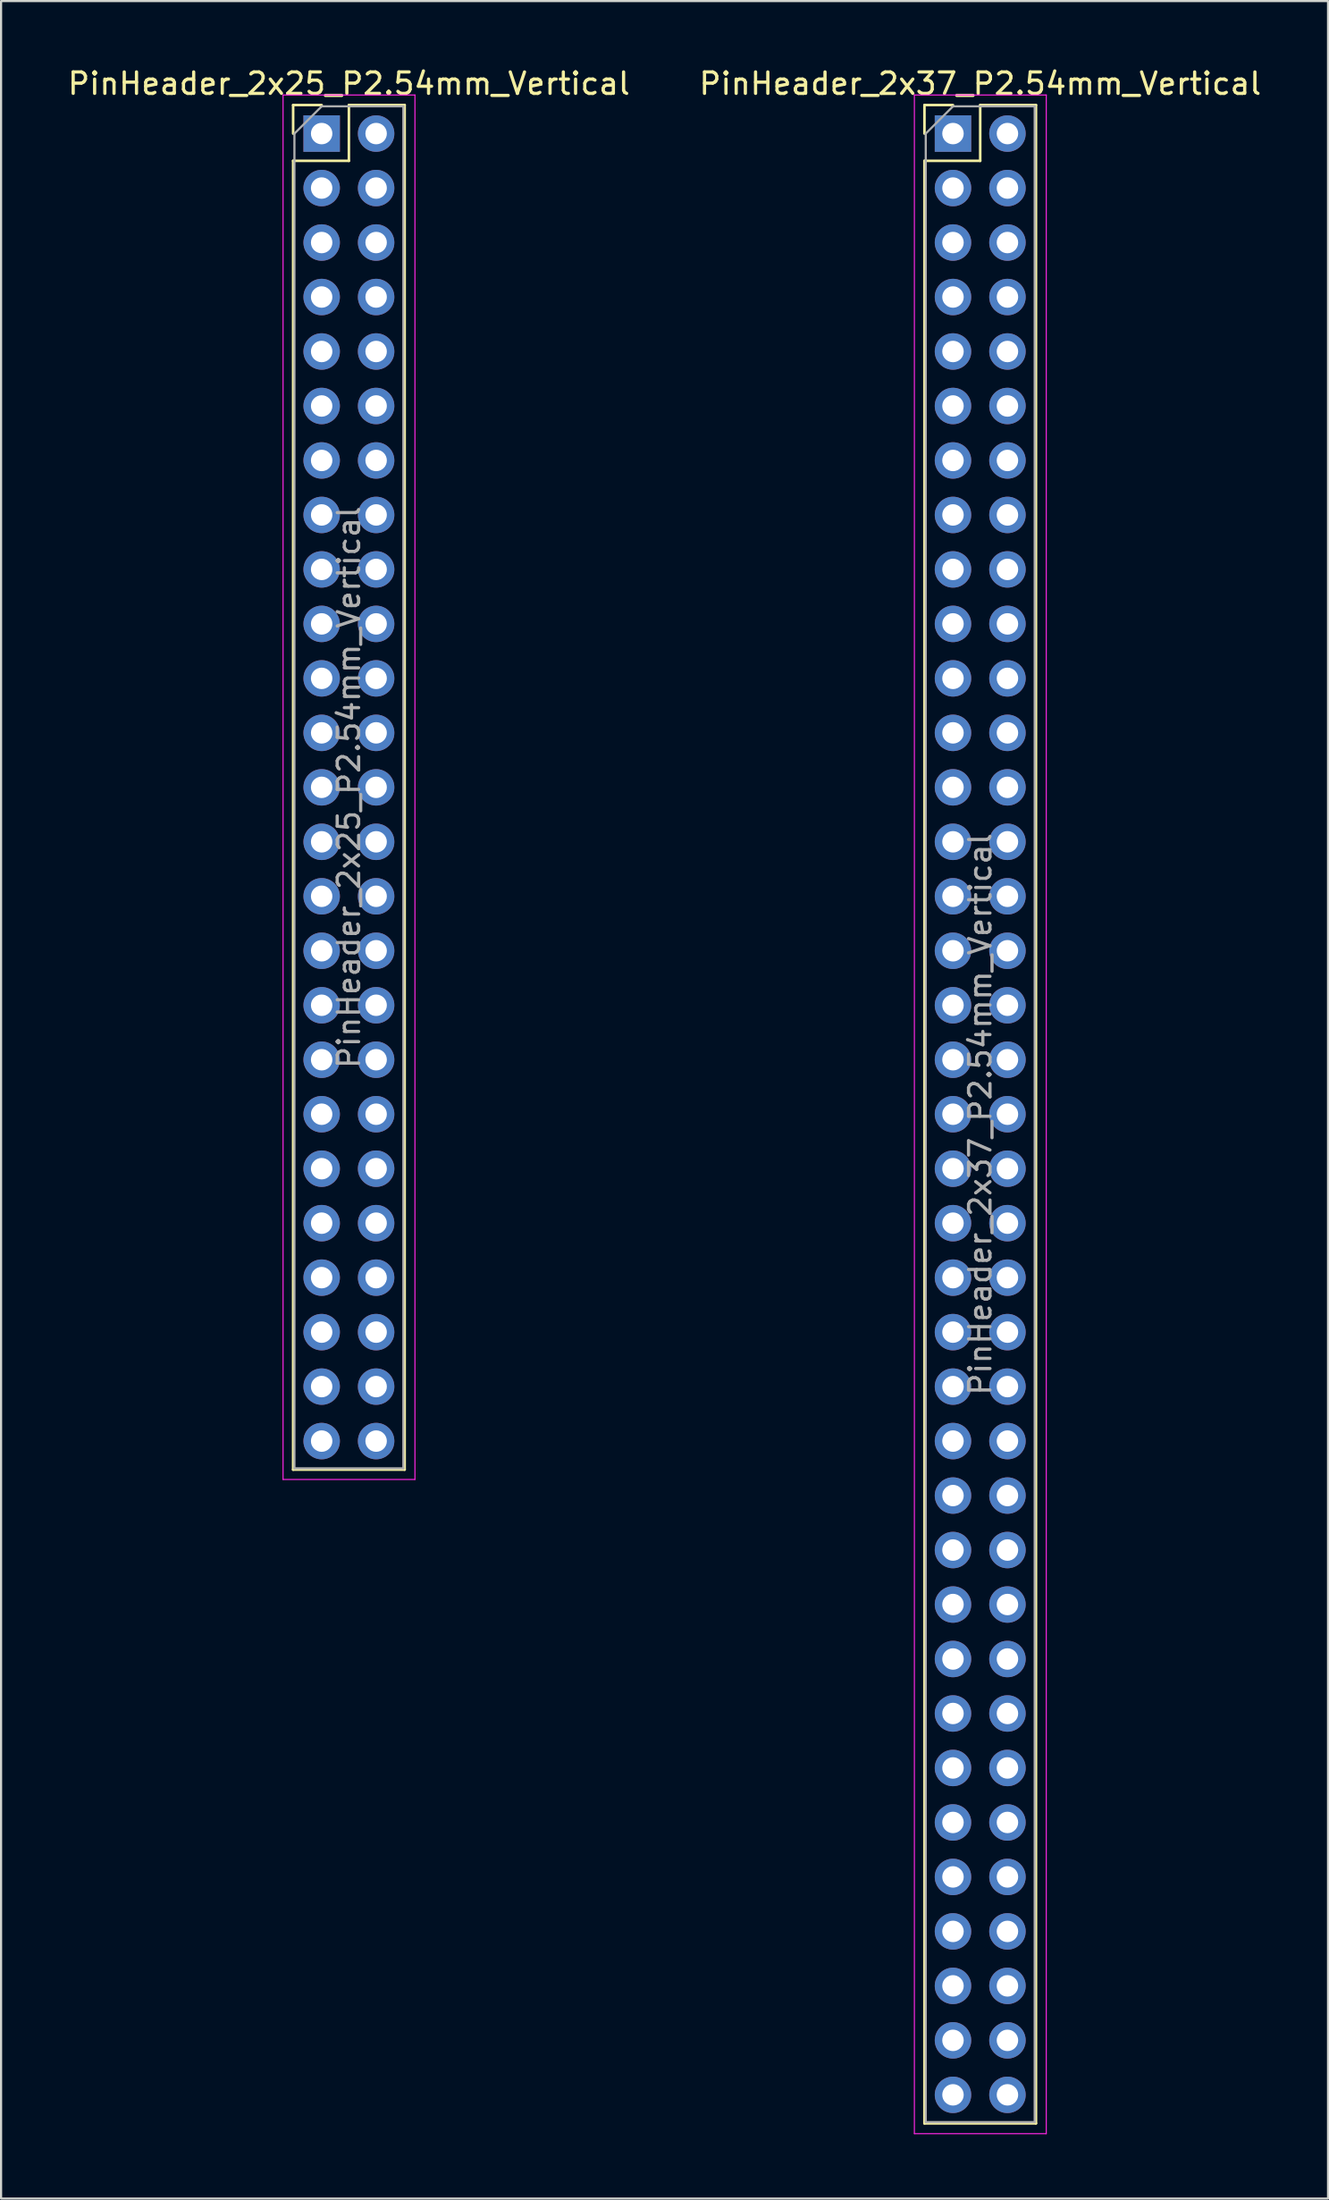
<source format=kicad_pcb>
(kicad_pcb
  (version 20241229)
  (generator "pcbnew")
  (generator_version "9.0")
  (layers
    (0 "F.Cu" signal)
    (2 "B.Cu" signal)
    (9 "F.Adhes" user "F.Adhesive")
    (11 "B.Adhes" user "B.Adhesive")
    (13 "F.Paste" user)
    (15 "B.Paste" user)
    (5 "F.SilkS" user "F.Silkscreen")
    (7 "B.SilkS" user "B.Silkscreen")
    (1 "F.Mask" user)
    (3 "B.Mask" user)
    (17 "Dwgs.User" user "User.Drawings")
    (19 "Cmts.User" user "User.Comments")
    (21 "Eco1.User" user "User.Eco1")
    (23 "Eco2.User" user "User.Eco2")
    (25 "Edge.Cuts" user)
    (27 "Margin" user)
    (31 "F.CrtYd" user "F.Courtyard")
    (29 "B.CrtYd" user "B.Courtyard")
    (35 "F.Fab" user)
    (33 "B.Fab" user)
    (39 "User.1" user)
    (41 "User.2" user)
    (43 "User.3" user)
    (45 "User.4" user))
  (footprint "PinHeader_2x37_P2.54mm_Vertical"
    (layer "F.Cu")
    (at 41.391 3.178)
    (property "Reference" "PinHeader_2x37_P2.54mm_Vertical" (at 1.27 -2.33 0) (layer "F.SilkS") (effects (font (size 1 1) (thickness 0.15))))
    (attr through_hole)
    (fp_line (start -1.33 -1.33) (end 0 -1.33) (stroke (width 0.12) (type solid)) (layer "F.SilkS"))
    (fp_line (start -1.33 0) (end -1.33 -1.33) (stroke (width 0.12) (type solid)) (layer "F.SilkS"))
    (fp_line (start -1.33 1.27) (end -1.33 92.77) (stroke (width 0.12) (type solid)) (layer "F.SilkS"))
    (fp_line (start -1.33 1.27) (end 1.27 1.27) (stroke (width 0.12) (type solid)) (layer "F.SilkS"))
    (fp_line (start -1.33 92.77) (end 3.87 92.77) (stroke (width 0.12) (type solid)) (layer "F.SilkS"))
    (fp_line (start 1.27 -1.33) (end 3.87 -1.33) (stroke (width 0.12) (type solid)) (layer "F.SilkS"))
    (fp_line (start 1.27 1.27) (end 1.27 -1.33) (stroke (width 0.12) (type solid)) (layer "F.SilkS"))
    (fp_line (start 3.87 -1.33) (end 3.87 92.77) (stroke (width 0.12) (type solid)) (layer "F.SilkS"))
    (fp_line (start -1.8 -1.8) (end -1.8 93.25) (stroke (width 0.05) (type solid)) (layer "F.CrtYd"))
    (fp_line (start -1.8 93.25) (end 4.35 93.25) (stroke (width 0.05) (type solid)) (layer "F.CrtYd"))
    (fp_line (start 4.35 -1.8) (end -1.8 -1.8) (stroke (width 0.05) (type solid)) (layer "F.CrtYd"))
    (fp_line (start 4.35 93.25) (end 4.35 -1.8) (stroke (width 0.05) (type solid)) (layer "F.CrtYd"))
    (fp_line (start -1.27 0) (end 0 -1.27) (stroke (width 0.1) (type solid)) (layer "F.Fab"))
    (fp_line (start -1.27 92.71) (end -1.27 0) (stroke (width 0.1) (type solid)) (layer "F.Fab"))
    (fp_line (start 0 -1.27) (end 3.81 -1.27) (stroke (width 0.1) (type solid)) (layer "F.Fab"))
    (fp_line (start 3.81 -1.27) (end 3.81 92.71) (stroke (width 0.1) (type solid)) (layer "F.Fab"))
    (fp_line (start 3.81 92.71) (end -1.27 92.71) (stroke (width 0.1) (type solid)) (layer "F.Fab"))
    (fp_text user "${REFERENCE}" (at 1.27 45.72 90) (layer "F.Fab") (effects (font (size 1 1) (thickness 0.15))))
    (pad "1" thru_hole rect (at 0 0) (size 1.7 1.7) (drill 1) (layers "*.Cu" "*.Mask"))
    (pad "2" thru_hole oval (at 2.54 0) (size 1.7 1.7) (drill 1) (layers "*.Cu" "*.Mask"))
    (pad "3" thru_hole oval (at 0 2.54) (size 1.7 1.7) (drill 1) (layers "*.Cu" "*.Mask"))
    (pad "4" thru_hole oval (at 2.54 2.54) (size 1.7 1.7) (drill 1) (layers "*.Cu" "*.Mask"))
    (pad "5" thru_hole oval (at 0 5.08) (size 1.7 1.7) (drill 1) (layers "*.Cu" "*.Mask"))
    (pad "6" thru_hole oval (at 2.54 5.08) (size 1.7 1.7) (drill 1) (layers "*.Cu" "*.Mask"))
    (pad "7" thru_hole oval (at 0 7.62) (size 1.7 1.7) (drill 1) (layers "*.Cu" "*.Mask"))
    (pad "8" thru_hole oval (at 2.54 7.62) (size 1.7 1.7) (drill 1) (layers "*.Cu" "*.Mask"))
    (pad "9" thru_hole oval (at 0 10.16) (size 1.7 1.7) (drill 1) (layers "*.Cu" "*.Mask"))
    (pad "10" thru_hole oval (at 2.54 10.16) (size 1.7 1.7) (drill 1) (layers "*.Cu" "*.Mask"))
    (pad "11" thru_hole oval (at 0 12.7) (size 1.7 1.7) (drill 1) (layers "*.Cu" "*.Mask"))
    (pad "12" thru_hole oval (at 2.54 12.7) (size 1.7 1.7) (drill 1) (layers "*.Cu" "*.Mask"))
    (pad "13" thru_hole oval (at 0 15.24) (size 1.7 1.7) (drill 1) (layers "*.Cu" "*.Mask"))
    (pad "14" thru_hole oval (at 2.54 15.24) (size 1.7 1.7) (drill 1) (layers "*.Cu" "*.Mask"))
    (pad "15" thru_hole oval (at 0 17.78) (size 1.7 1.7) (drill 1) (layers "*.Cu" "*.Mask"))
    (pad "16" thru_hole oval (at 2.54 17.78) (size 1.7 1.7) (drill 1) (layers "*.Cu" "*.Mask"))
    (pad "17" thru_hole oval (at 0 20.32) (size 1.7 1.7) (drill 1) (layers "*.Cu" "*.Mask"))
    (pad "18" thru_hole oval (at 2.54 20.32) (size 1.7 1.7) (drill 1) (layers "*.Cu" "*.Mask"))
    (pad "19" thru_hole oval (at 0 22.86) (size 1.7 1.7) (drill 1) (layers "*.Cu" "*.Mask"))
    (pad "20" thru_hole oval (at 2.54 22.86) (size 1.7 1.7) (drill 1) (layers "*.Cu" "*.Mask"))
    (pad "21" thru_hole oval (at 0 25.4) (size 1.7 1.7) (drill 1) (layers "*.Cu" "*.Mask"))
    (pad "22" thru_hole oval (at 2.54 25.4) (size 1.7 1.7) (drill 1) (layers "*.Cu" "*.Mask"))
    (pad "23" thru_hole oval (at 0 27.94) (size 1.7 1.7) (drill 1) (layers "*.Cu" "*.Mask"))
    (pad "24" thru_hole oval (at 2.54 27.94) (size 1.7 1.7) (drill 1) (layers "*.Cu" "*.Mask"))
    (pad "25" thru_hole oval (at 0 30.48) (size 1.7 1.7) (drill 1) (layers "*.Cu" "*.Mask"))
    (pad "26" thru_hole oval (at 2.54 30.48) (size 1.7 1.7) (drill 1) (layers "*.Cu" "*.Mask"))
    (pad "27" thru_hole oval (at 0 33.02) (size 1.7 1.7) (drill 1) (layers "*.Cu" "*.Mask"))
    (pad "28" thru_hole oval (at 2.54 33.02) (size 1.7 1.7) (drill 1) (layers "*.Cu" "*.Mask"))
    (pad "29" thru_hole oval (at 0 35.56) (size 1.7 1.7) (drill 1) (layers "*.Cu" "*.Mask"))
    (pad "30" thru_hole oval (at 2.54 35.56) (size 1.7 1.7) (drill 1) (layers "*.Cu" "*.Mask"))
    (pad "31" thru_hole oval (at 0 38.1) (size 1.7 1.7) (drill 1) (layers "*.Cu" "*.Mask"))
    (pad "32" thru_hole oval (at 2.54 38.1) (size 1.7 1.7) (drill 1) (layers "*.Cu" "*.Mask"))
    (pad "33" thru_hole oval (at 0 40.64) (size 1.7 1.7) (drill 1) (layers "*.Cu" "*.Mask"))
    (pad "34" thru_hole oval (at 2.54 40.64) (size 1.7 1.7) (drill 1) (layers "*.Cu" "*.Mask"))
    (pad "35" thru_hole oval (at 0 43.18) (size 1.7 1.7) (drill 1) (layers "*.Cu" "*.Mask"))
    (pad "36" thru_hole oval (at 2.54 43.18) (size 1.7 1.7) (drill 1) (layers "*.Cu" "*.Mask"))
    (pad "37" thru_hole oval (at 0 45.72) (size 1.7 1.7) (drill 1) (layers "*.Cu" "*.Mask"))
    (pad "38" thru_hole oval (at 2.54 45.72) (size 1.7 1.7) (drill 1) (layers "*.Cu" "*.Mask"))
    (pad "39" thru_hole oval (at 0 48.26) (size 1.7 1.7) (drill 1) (layers "*.Cu" "*.Mask"))
    (pad "40" thru_hole oval (at 2.54 48.26) (size 1.7 1.7) (drill 1) (layers "*.Cu" "*.Mask"))
    (pad "41" thru_hole oval (at 0 50.8) (size 1.7 1.7) (drill 1) (layers "*.Cu" "*.Mask"))
    (pad "42" thru_hole oval (at 2.54 50.8) (size 1.7 1.7) (drill 1) (layers "*.Cu" "*.Mask"))
    (pad "43" thru_hole oval (at 0 53.34) (size 1.7 1.7) (drill 1) (layers "*.Cu" "*.Mask"))
    (pad "44" thru_hole oval (at 2.54 53.34) (size 1.7 1.7) (drill 1) (layers "*.Cu" "*.Mask"))
    (pad "45" thru_hole oval (at 0 55.88) (size 1.7 1.7) (drill 1) (layers "*.Cu" "*.Mask"))
    (pad "46" thru_hole oval (at 2.54 55.88) (size 1.7 1.7) (drill 1) (layers "*.Cu" "*.Mask"))
    (pad "47" thru_hole oval (at 0 58.42) (size 1.7 1.7) (drill 1) (layers "*.Cu" "*.Mask"))
    (pad "48" thru_hole oval (at 2.54 58.42) (size 1.7 1.7) (drill 1) (layers "*.Cu" "*.Mask"))
    (pad "49" thru_hole oval (at 0 60.96) (size 1.7 1.7) (drill 1) (layers "*.Cu" "*.Mask"))
    (pad "50" thru_hole oval (at 2.54 60.96) (size 1.7 1.7) (drill 1) (layers "*.Cu" "*.Mask"))
    (pad "51" thru_hole oval (at 0 63.5) (size 1.7 1.7) (drill 1) (layers "*.Cu" "*.Mask"))
    (pad "52" thru_hole oval (at 2.54 63.5) (size 1.7 1.7) (drill 1) (layers "*.Cu" "*.Mask"))
    (pad "53" thru_hole oval (at 0 66.04) (size 1.7 1.7) (drill 1) (layers "*.Cu" "*.Mask"))
    (pad "54" thru_hole oval (at 2.54 66.04) (size 1.7 1.7) (drill 1) (layers "*.Cu" "*.Mask"))
    (pad "55" thru_hole oval (at 0 68.58) (size 1.7 1.7) (drill 1) (layers "*.Cu" "*.Mask"))
    (pad "56" thru_hole oval (at 2.54 68.58) (size 1.7 1.7) (drill 1) (layers "*.Cu" "*.Mask"))
    (pad "57" thru_hole oval (at 0 71.12) (size 1.7 1.7) (drill 1) (layers "*.Cu" "*.Mask"))
    (pad "58" thru_hole oval (at 2.54 71.12) (size 1.7 1.7) (drill 1) (layers "*.Cu" "*.Mask"))
    (pad "59" thru_hole oval (at 0 73.66) (size 1.7 1.7) (drill 1) (layers "*.Cu" "*.Mask"))
    (pad "60" thru_hole oval (at 2.54 73.66) (size 1.7 1.7) (drill 1) (layers "*.Cu" "*.Mask"))
    (pad "61" thru_hole oval (at 0 76.2) (size 1.7 1.7) (drill 1) (layers "*.Cu" "*.Mask"))
    (pad "62" thru_hole oval (at 2.54 76.2) (size 1.7 1.7) (drill 1) (layers "*.Cu" "*.Mask"))
    (pad "63" thru_hole oval (at 0 78.74) (size 1.7 1.7) (drill 1) (layers "*.Cu" "*.Mask"))
    (pad "64" thru_hole oval (at 2.54 78.74) (size 1.7 1.7) (drill 1) (layers "*.Cu" "*.Mask"))
    (pad "65" thru_hole oval (at 0 81.28) (size 1.7 1.7) (drill 1) (layers "*.Cu" "*.Mask"))
    (pad "66" thru_hole oval (at 2.54 81.28) (size 1.7 1.7) (drill 1) (layers "*.Cu" "*.Mask"))
    (pad "67" thru_hole oval (at 0 83.82) (size 1.7 1.7) (drill 1) (layers "*.Cu" "*.Mask"))
    (pad "68" thru_hole oval (at 2.54 83.82) (size 1.7 1.7) (drill 1) (layers "*.Cu" "*.Mask"))
    (pad "69" thru_hole oval (at 0 86.36) (size 1.7 1.7) (drill 1) (layers "*.Cu" "*.Mask"))
    (pad "70" thru_hole oval (at 2.54 86.36) (size 1.7 1.7) (drill 1) (layers "*.Cu" "*.Mask"))
    (pad "71" thru_hole oval (at 0 88.9) (size 1.7 1.7) (drill 1) (layers "*.Cu" "*.Mask"))
    (pad "72" thru_hole oval (at 2.54 88.9) (size 1.7 1.7) (drill 1) (layers "*.Cu" "*.Mask"))
    (pad "73" thru_hole oval (at 0 91.44) (size 1.7 1.7) (drill 1) (layers "*.Cu" "*.Mask"))
    (pad "74" thru_hole oval (at 2.54 91.44) (size 1.7 1.7) (drill 1) (layers "*.Cu" "*.Mask")))
  (footprint "PinHeader_2x25_P2.54mm_Vertical"
    (layer "F.Cu")
    (at 11.95 3.178)
    (property "Reference" "PinHeader_2x25_P2.54mm_Vertical" (at 1.27 -2.33 0) (layer "F.SilkS") (effects (font (size 1 1) (thickness 0.15))))
    (attr through_hole)
    (fp_line (start -1.33 -1.33) (end 0 -1.33) (stroke (width 0.12) (type solid)) (layer "F.SilkS"))
    (fp_line (start -1.33 0) (end -1.33 -1.33) (stroke (width 0.12) (type solid)) (layer "F.SilkS"))
    (fp_line (start -1.33 1.27) (end -1.33 62.29) (stroke (width 0.12) (type solid)) (layer "F.SilkS"))
    (fp_line (start -1.33 1.27) (end 1.27 1.27) (stroke (width 0.12) (type solid)) (layer "F.SilkS"))
    (fp_line (start -1.33 62.29) (end 3.87 62.29) (stroke (width 0.12) (type solid)) (layer "F.SilkS"))
    (fp_line (start 1.27 -1.33) (end 3.87 -1.33) (stroke (width 0.12) (type solid)) (layer "F.SilkS"))
    (fp_line (start 1.27 1.27) (end 1.27 -1.33) (stroke (width 0.12) (type solid)) (layer "F.SilkS"))
    (fp_line (start 3.87 -1.33) (end 3.87 62.29) (stroke (width 0.12) (type solid)) (layer "F.SilkS"))
    (fp_line (start -1.8 -1.8) (end -1.8 62.75) (stroke (width 0.05) (type solid)) (layer "F.CrtYd"))
    (fp_line (start -1.8 62.75) (end 4.35 62.75) (stroke (width 0.05) (type solid)) (layer "F.CrtYd"))
    (fp_line (start 4.35 -1.8) (end -1.8 -1.8) (stroke (width 0.05) (type solid)) (layer "F.CrtYd"))
    (fp_line (start 4.35 62.75) (end 4.35 -1.8) (stroke (width 0.05) (type solid)) (layer "F.CrtYd"))
    (fp_line (start -1.27 0) (end 0 -1.27) (stroke (width 0.1) (type solid)) (layer "F.Fab"))
    (fp_line (start -1.27 62.23) (end -1.27 0) (stroke (width 0.1) (type solid)) (layer "F.Fab"))
    (fp_line (start 0 -1.27) (end 3.81 -1.27) (stroke (width 0.1) (type solid)) (layer "F.Fab"))
    (fp_line (start 3.81 -1.27) (end 3.81 62.23) (stroke (width 0.1) (type solid)) (layer "F.Fab"))
    (fp_line (start 3.81 62.23) (end -1.27 62.23) (stroke (width 0.1) (type solid)) (layer "F.Fab"))
    (fp_text user "${REFERENCE}" (at 1.27 30.48 90) (layer "F.Fab") (effects (font (size 1 1) (thickness 0.15))))
    (pad "1" thru_hole rect (at 0 0) (size 1.7 1.7) (drill 1) (layers "*.Cu" "*.Mask"))
    (pad "2" thru_hole oval (at 2.54 0) (size 1.7 1.7) (drill 1) (layers "*.Cu" "*.Mask"))
    (pad "3" thru_hole oval (at 0 2.54) (size 1.7 1.7) (drill 1) (layers "*.Cu" "*.Mask"))
    (pad "4" thru_hole oval (at 2.54 2.54) (size 1.7 1.7) (drill 1) (layers "*.Cu" "*.Mask"))
    (pad "5" thru_hole oval (at 0 5.08) (size 1.7 1.7) (drill 1) (layers "*.Cu" "*.Mask"))
    (pad "6" thru_hole oval (at 2.54 5.08) (size 1.7 1.7) (drill 1) (layers "*.Cu" "*.Mask"))
    (pad "7" thru_hole oval (at 0 7.62) (size 1.7 1.7) (drill 1) (layers "*.Cu" "*.Mask"))
    (pad "8" thru_hole oval (at 2.54 7.62) (size 1.7 1.7) (drill 1) (layers "*.Cu" "*.Mask"))
    (pad "9" thru_hole oval (at 0 10.16) (size 1.7 1.7) (drill 1) (layers "*.Cu" "*.Mask"))
    (pad "10" thru_hole oval (at 2.54 10.16) (size 1.7 1.7) (drill 1) (layers "*.Cu" "*.Mask"))
    (pad "11" thru_hole oval (at 0 12.7) (size 1.7 1.7) (drill 1) (layers "*.Cu" "*.Mask"))
    (pad "12" thru_hole oval (at 2.54 12.7) (size 1.7 1.7) (drill 1) (layers "*.Cu" "*.Mask"))
    (pad "13" thru_hole oval (at 0 15.24) (size 1.7 1.7) (drill 1) (layers "*.Cu" "*.Mask"))
    (pad "14" thru_hole oval (at 2.54 15.24) (size 1.7 1.7) (drill 1) (layers "*.Cu" "*.Mask"))
    (pad "15" thru_hole oval (at 0 17.78) (size 1.7 1.7) (drill 1) (layers "*.Cu" "*.Mask"))
    (pad "16" thru_hole oval (at 2.54 17.78) (size 1.7 1.7) (drill 1) (layers "*.Cu" "*.Mask"))
    (pad "17" thru_hole oval (at 0 20.32) (size 1.7 1.7) (drill 1) (layers "*.Cu" "*.Mask"))
    (pad "18" thru_hole oval (at 2.54 20.32) (size 1.7 1.7) (drill 1) (layers "*.Cu" "*.Mask"))
    (pad "19" thru_hole oval (at 0 22.86) (size 1.7 1.7) (drill 1) (layers "*.Cu" "*.Mask"))
    (pad "20" thru_hole oval (at 2.54 22.86) (size 1.7 1.7) (drill 1) (layers "*.Cu" "*.Mask"))
    (pad "21" thru_hole oval (at 0 25.4) (size 1.7 1.7) (drill 1) (layers "*.Cu" "*.Mask"))
    (pad "22" thru_hole oval (at 2.54 25.4) (size 1.7 1.7) (drill 1) (layers "*.Cu" "*.Mask"))
    (pad "23" thru_hole oval (at 0 27.94) (size 1.7 1.7) (drill 1) (layers "*.Cu" "*.Mask"))
    (pad "24" thru_hole oval (at 2.54 27.94) (size 1.7 1.7) (drill 1) (layers "*.Cu" "*.Mask"))
    (pad "25" thru_hole oval (at 0 30.48) (size 1.7 1.7) (drill 1) (layers "*.Cu" "*.Mask"))
    (pad "26" thru_hole oval (at 2.54 30.48) (size 1.7 1.7) (drill 1) (layers "*.Cu" "*.Mask"))
    (pad "27" thru_hole oval (at 0 33.02) (size 1.7 1.7) (drill 1) (layers "*.Cu" "*.Mask"))
    (pad "28" thru_hole oval (at 2.54 33.02) (size 1.7 1.7) (drill 1) (layers "*.Cu" "*.Mask"))
    (pad "29" thru_hole oval (at 0 35.56) (size 1.7 1.7) (drill 1) (layers "*.Cu" "*.Mask"))
    (pad "30" thru_hole oval (at 2.54 35.56) (size 1.7 1.7) (drill 1) (layers "*.Cu" "*.Mask"))
    (pad "31" thru_hole oval (at 0 38.1) (size 1.7 1.7) (drill 1) (layers "*.Cu" "*.Mask"))
    (pad "32" thru_hole oval (at 2.54 38.1) (size 1.7 1.7) (drill 1) (layers "*.Cu" "*.Mask"))
    (pad "33" thru_hole oval (at 0 40.64) (size 1.7 1.7) (drill 1) (layers "*.Cu" "*.Mask"))
    (pad "34" thru_hole oval (at 2.54 40.64) (size 1.7 1.7) (drill 1) (layers "*.Cu" "*.Mask"))
    (pad "35" thru_hole oval (at 0 43.18) (size 1.7 1.7) (drill 1) (layers "*.Cu" "*.Mask"))
    (pad "36" thru_hole oval (at 2.54 43.18) (size 1.7 1.7) (drill 1) (layers "*.Cu" "*.Mask"))
    (pad "37" thru_hole oval (at 0 45.72) (size 1.7 1.7) (drill 1) (layers "*.Cu" "*.Mask"))
    (pad "38" thru_hole oval (at 2.54 45.72) (size 1.7 1.7) (drill 1) (layers "*.Cu" "*.Mask"))
    (pad "39" thru_hole oval (at 0 48.26) (size 1.7 1.7) (drill 1) (layers "*.Cu" "*.Mask"))
    (pad "40" thru_hole oval (at 2.54 48.26) (size 1.7 1.7) (drill 1) (layers "*.Cu" "*.Mask"))
    (pad "41" thru_hole oval (at 0 50.8) (size 1.7 1.7) (drill 1) (layers "*.Cu" "*.Mask"))
    (pad "42" thru_hole oval (at 2.54 50.8) (size 1.7 1.7) (drill 1) (layers "*.Cu" "*.Mask"))
    (pad "43" thru_hole oval (at 0 53.34) (size 1.7 1.7) (drill 1) (layers "*.Cu" "*.Mask"))
    (pad "44" thru_hole oval (at 2.54 53.34) (size 1.7 1.7) (drill 1) (layers "*.Cu" "*.Mask"))
    (pad "45" thru_hole oval (at 0 55.88) (size 1.7 1.7) (drill 1) (layers "*.Cu" "*.Mask"))
    (pad "46" thru_hole oval (at 2.54 55.88) (size 1.7 1.7) (drill 1) (layers "*.Cu" "*.Mask"))
    (pad "47" thru_hole oval (at 0 58.42) (size 1.7 1.7) (drill 1) (layers "*.Cu" "*.Mask"))
    (pad "48" thru_hole oval (at 2.54 58.42) (size 1.7 1.7) (drill 1) (layers "*.Cu" "*.Mask"))
    (pad "49" thru_hole oval (at 0 60.96) (size 1.7 1.7) (drill 1) (layers "*.Cu" "*.Mask"))
    (pad "50" thru_hole oval (at 2.54 60.96) (size 1.7 1.7) (drill 1) (layers "*.Cu" "*.Mask")))
  (gr_rect
    (start -3 -3)
    (end 58.881 99.453)
    (stroke (width 0.1) (type default))
    (fill no)
    (layer "Edge.Cuts")))
</source>
